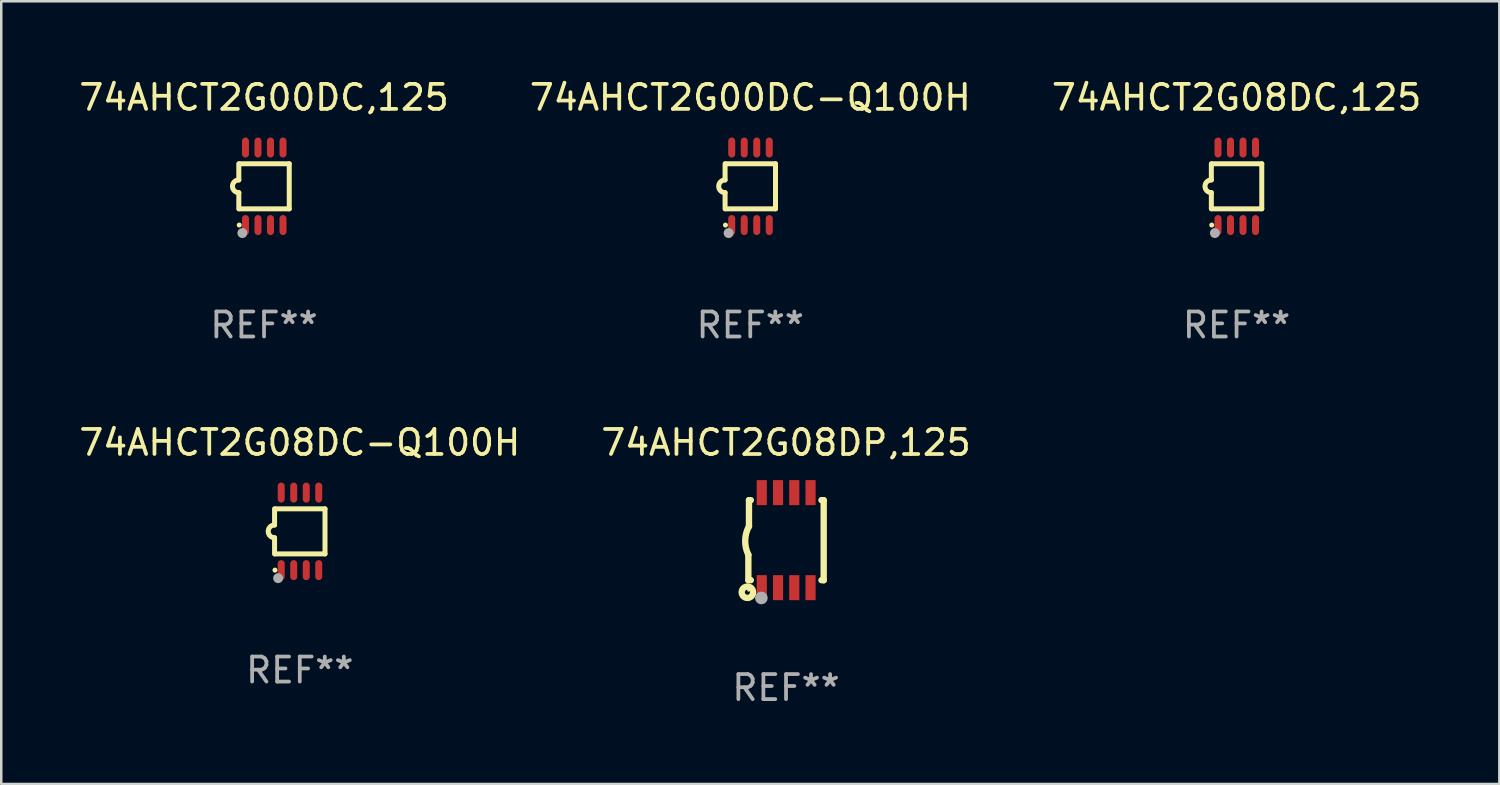
<source format=kicad_pcb>
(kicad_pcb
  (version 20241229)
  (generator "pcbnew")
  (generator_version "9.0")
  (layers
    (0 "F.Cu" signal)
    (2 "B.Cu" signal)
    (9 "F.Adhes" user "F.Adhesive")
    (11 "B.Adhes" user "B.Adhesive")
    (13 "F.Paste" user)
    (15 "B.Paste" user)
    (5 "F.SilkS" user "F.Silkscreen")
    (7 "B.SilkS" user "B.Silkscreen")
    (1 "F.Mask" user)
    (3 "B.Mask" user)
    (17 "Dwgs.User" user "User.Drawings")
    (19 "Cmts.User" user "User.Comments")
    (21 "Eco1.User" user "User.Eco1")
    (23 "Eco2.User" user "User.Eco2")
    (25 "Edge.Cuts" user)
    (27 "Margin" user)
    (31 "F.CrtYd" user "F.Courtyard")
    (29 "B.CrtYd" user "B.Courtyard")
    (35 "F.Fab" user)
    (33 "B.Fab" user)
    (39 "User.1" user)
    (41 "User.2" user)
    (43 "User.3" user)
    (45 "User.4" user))
  (footprint "74AHCT2G08DP,125"
    (layer "F.Cu")
    (at 28.375 18.545)
    (property "Reference" "74AHCT2G08DP,125" (at 0 -3.9 0) (layer "F.SilkS") (effects (font (size 1 1) (thickness 0.15))))
    (attr through_hole)
    (fp_line (start -1.506 1.6) (end -1.506 0.584) (stroke (width 0.254) (type solid)) (layer "F.SilkS"))
    (fp_line (start -1.506 1.6) (end -1.407 1.6) (stroke (width 0.254) (type solid)) (layer "F.SilkS"))
    (fp_line (start -1.481 -1.599) (end -1.481 -0.549) (stroke (width 0.254) (type solid)) (layer "F.SilkS"))
    (fp_line (start -1.481 -1.599) (end -1.407 -1.599) (stroke (width 0.254) (type solid)) (layer "F.SilkS"))
    (fp_line (start 1.417 -1.599) (end 1.506 -1.599) (stroke (width 0.254) (type solid)) (layer "F.SilkS"))
    (fp_line (start 1.417 1.6) (end 1.506 1.6) (stroke (width 0.254) (type solid)) (layer "F.SilkS"))
    (fp_line (start 1.506 1.603) (end 1.506 -1.595) (stroke (width 0.254) (type solid)) (layer "F.SilkS"))
    (fp_arc (start -1.506223 0.584328) (mid -1.632455 0.00974) (end -1.480823 -0.558674) (stroke (width 0.254001) (type solid)) (layer "F.SilkS"))
    (fp_circle (center -1.544 2.083) (end -1.443 2.083) (stroke (width 0.254) (type solid)) (fill no) (layer "F.SilkS"))
    (fp_circle (center -1.495 2) (end -1.465 2) (stroke (width 0.06) (type solid)) (fill no) (layer "F.SilkS"))
    (fp_circle (center -0.986 2.312) (end -0.859 2.312) (stroke (width 0.254) (type solid)) (fill no) (layer "F.Fab"))
    (fp_text user "REF**" (at 0 5.9 0) (layer "F.Fab") (effects (font (size 1 1) (thickness 0.15))))
    (pad "1" smd rect (at -0.97 1.9 90) (size 1 0.406) (layers "F.Cu" "F.Mask" "F.Paste"))
    (pad "2" smd rect (at -0.32 1.9 90) (size 1 0.406) (layers "F.Cu" "F.Mask" "F.Paste"))
    (pad "3" smd rect (at 0.33 1.9 90) (size 1 0.406) (layers "F.Cu" "F.Mask" "F.Paste"))
    (pad "4" smd rect (at 0.98 1.9 90) (size 1 0.406) (layers "F.Cu" "F.Mask" "F.Paste"))
    (pad "5" smd rect (at 0.98 -1.9 90) (size 1 0.406) (layers "F.Cu" "F.Mask" "F.Paste"))
    (pad "6" smd rect (at 0.33 -1.9 90) (size 1 0.406) (layers "F.Cu" "F.Mask" "F.Paste"))
    (pad "7" smd rect (at -0.32 -1.9 90) (size 1 0.406) (layers "F.Cu" "F.Mask" "F.Paste"))
    (pad "8" smd rect (at -0.97 -1.9 90) (size 1 0.406) (layers "F.Cu" "F.Mask" "F.Paste")))
  (footprint "74AHCT2G08DC-Q100H"
    (layer "F.Cu")
    (at 8.935 18.194)
    (property "Reference" "74AHCT2G08DC-Q100H" (at 0 -3.55 0) (layer "F.SilkS") (effects (font (size 1 1) (thickness 0.15))))
    (attr through_hole)
    (fp_line (start -1.008 -0.254) (end -1.008 -0.9) (stroke (width 0.2) (type solid)) (layer "F.SilkS"))
    (fp_line (start -1.008 0.254) (end -1.008 0.9) (stroke (width 0.2) (type solid)) (layer "F.SilkS"))
    (fp_line (start -0.992 0.9) (end 1.008 0.9) (stroke (width 0.2) (type solid)) (layer "F.SilkS"))
    (fp_line (start 1.008 -0.9) (end -0.992 -0.9) (stroke (width 0.2) (type solid)) (layer "F.SilkS"))
    (fp_line (start 1.008 0.9) (end 1.008 -0.9) (stroke (width 0.2) (type solid)) (layer "F.SilkS"))
    (fp_arc (start -1.008001 0.254001) (mid -1.262002 0) (end -1.008001 -0.254001) (stroke (width 0.2) (type solid)) (layer "F.SilkS"))
    (fp_circle (center -0.992 1.55) (end -0.942 1.55) (stroke (width 0.1) (type solid)) (fill no) (layer "F.SilkS"))
    (fp_circle (center -0.866 1.87) (end -0.766 1.87) (stroke (width 0.2) (type solid)) (fill no) (layer "F.Fab"))
    (fp_text user "REF**" (at 0 5.55 0) (layer "F.Fab") (effects (font (size 1 1) (thickness 0.15))))
    (pad "1" smd oval (at -0.742 1.55 270) (size 0.8 0.28) (layers "F.Cu" "F.Mask" "F.Paste"))
    (pad "2" smd oval (at -0.242 1.55 270) (size 0.8 0.28) (layers "F.Cu" "F.Mask" "F.Paste"))
    (pad "3" smd oval (at 0.258 1.55 270) (size 0.8 0.28) (layers "F.Cu" "F.Mask" "F.Paste"))
    (pad "4" smd oval (at 0.758 1.55 270) (size 0.8 0.28) (layers "F.Cu" "F.Mask" "F.Paste"))
    (pad "5" smd oval (at 0.758 -1.55 270) (size 0.8 0.28) (layers "F.Cu" "F.Mask" "F.Paste"))
    (pad "6" smd oval (at 0.258 -1.55 270) (size 0.8 0.28) (layers "F.Cu" "F.Mask" "F.Paste"))
    (pad "7" smd oval (at -0.242 -1.55 270) (size 0.8 0.28) (layers "F.Cu" "F.Mask" "F.Paste"))
    (pad "8" smd oval (at -0.742 -1.55 270) (size 0.8 0.28) (layers "F.Cu" "F.Mask" "F.Paste")))
  (footprint "74AHCT2G00DC,125"
    (layer "F.Cu")
    (at 7.506 4.398)
    (property "Reference" "74AHCT2G00DC,125" (at 0 -3.55 0) (layer "F.SilkS") (effects (font (size 1 1) (thickness 0.15))))
    (attr through_hole)
    (fp_line (start -1.008 -0.254) (end -1.008 -0.9) (stroke (width 0.2) (type solid)) (layer "F.SilkS"))
    (fp_line (start -1.008 0.254) (end -1.008 0.9) (stroke (width 0.2) (type solid)) (layer "F.SilkS"))
    (fp_line (start -0.992 0.9) (end 1.008 0.9) (stroke (width 0.2) (type solid)) (layer "F.SilkS"))
    (fp_line (start 1.008 -0.9) (end -0.992 -0.9) (stroke (width 0.2) (type solid)) (layer "F.SilkS"))
    (fp_line (start 1.008 0.9) (end 1.008 -0.9) (stroke (width 0.2) (type solid)) (layer "F.SilkS"))
    (fp_arc (start -1.008001 0.254001) (mid -1.262002 0) (end -1.008001 -0.254001) (stroke (width 0.2) (type solid)) (layer "F.SilkS"))
    (fp_circle (center -0.992 1.55) (end -0.942 1.55) (stroke (width 0.1) (type solid)) (fill no) (layer "F.SilkS"))
    (fp_circle (center -0.866 1.87) (end -0.766 1.87) (stroke (width 0.2) (type solid)) (fill no) (layer "F.Fab"))
    (fp_text user "REF**" (at 0 5.55 0) (layer "F.Fab") (effects (font (size 1 1) (thickness 0.15))))
    (pad "1" smd oval (at -0.742 1.55 270) (size 0.8 0.28) (layers "F.Cu" "F.Mask" "F.Paste"))
    (pad "2" smd oval (at -0.242 1.55 270) (size 0.8 0.28) (layers "F.Cu" "F.Mask" "F.Paste"))
    (pad "3" smd oval (at 0.258 1.55 270) (size 0.8 0.28) (layers "F.Cu" "F.Mask" "F.Paste"))
    (pad "4" smd oval (at 0.758 1.55 270) (size 0.8 0.28) (layers "F.Cu" "F.Mask" "F.Paste"))
    (pad "5" smd oval (at 0.758 -1.55 270) (size 0.8 0.28) (layers "F.Cu" "F.Mask" "F.Paste"))
    (pad "6" smd oval (at 0.258 -1.55 270) (size 0.8 0.28) (layers "F.Cu" "F.Mask" "F.Paste"))
    (pad "7" smd oval (at -0.242 -1.55 270) (size 0.8 0.28) (layers "F.Cu" "F.Mask" "F.Paste"))
    (pad "8" smd oval (at -0.742 -1.55 270) (size 0.8 0.28) (layers "F.Cu" "F.Mask" "F.Paste")))
  (footprint "74AHCT2G08DC,125"
    (layer "F.Cu")
    (at 46.387 4.398)
    (property "Reference" "74AHCT2G08DC,125" (at 0 -3.55 0) (layer "F.SilkS") (effects (font (size 1 1) (thickness 0.15))))
    (attr through_hole)
    (fp_line (start -1.008 -0.254) (end -1.008 -0.9) (stroke (width 0.2) (type solid)) (layer "F.SilkS"))
    (fp_line (start -1.008 0.254) (end -1.008 0.9) (stroke (width 0.2) (type solid)) (layer "F.SilkS"))
    (fp_line (start -0.992 0.9) (end 1.008 0.9) (stroke (width 0.2) (type solid)) (layer "F.SilkS"))
    (fp_line (start 1.008 -0.9) (end -0.992 -0.9) (stroke (width 0.2) (type solid)) (layer "F.SilkS"))
    (fp_line (start 1.008 0.9) (end 1.008 -0.9) (stroke (width 0.2) (type solid)) (layer "F.SilkS"))
    (fp_arc (start -1.008001 0.254001) (mid -1.262002 0) (end -1.008001 -0.254001) (stroke (width 0.2) (type solid)) (layer "F.SilkS"))
    (fp_circle (center -0.992 1.55) (end -0.942 1.55) (stroke (width 0.1) (type solid)) (fill no) (layer "F.SilkS"))
    (fp_circle (center -0.866 1.87) (end -0.766 1.87) (stroke (width 0.2) (type solid)) (fill no) (layer "F.Fab"))
    (fp_text user "REF**" (at 0 5.55 0) (layer "F.Fab") (effects (font (size 1 1) (thickness 0.15))))
    (pad "1" smd oval (at -0.742 1.55 270) (size 0.8 0.28) (layers "F.Cu" "F.Mask" "F.Paste"))
    (pad "2" smd oval (at -0.242 1.55 270) (size 0.8 0.28) (layers "F.Cu" "F.Mask" "F.Paste"))
    (pad "3" smd oval (at 0.258 1.55 270) (size 0.8 0.28) (layers "F.Cu" "F.Mask" "F.Paste"))
    (pad "4" smd oval (at 0.758 1.55 270) (size 0.8 0.28) (layers "F.Cu" "F.Mask" "F.Paste"))
    (pad "5" smd oval (at 0.758 -1.55 270) (size 0.8 0.28) (layers "F.Cu" "F.Mask" "F.Paste"))
    (pad "6" smd oval (at 0.258 -1.55 270) (size 0.8 0.28) (layers "F.Cu" "F.Mask" "F.Paste"))
    (pad "7" smd oval (at -0.242 -1.55 270) (size 0.8 0.28) (layers "F.Cu" "F.Mask" "F.Paste"))
    (pad "8" smd oval (at -0.742 -1.55 270) (size 0.8 0.28) (layers "F.Cu" "F.Mask" "F.Paste")))
  (footprint "74AHCT2G00DC-Q100H"
    (layer "F.Cu")
    (at 26.946 4.398)
    (property "Reference" "74AHCT2G00DC-Q100H" (at 0 -3.55 0) (layer "F.SilkS") (effects (font (size 1 1) (thickness 0.15))))
    (attr through_hole)
    (fp_line (start -1.008 -0.254) (end -1.008 -0.9) (stroke (width 0.2) (type solid)) (layer "F.SilkS"))
    (fp_line (start -1.008 0.254) (end -1.008 0.9) (stroke (width 0.2) (type solid)) (layer "F.SilkS"))
    (fp_line (start -0.992 0.9) (end 1.008 0.9) (stroke (width 0.2) (type solid)) (layer "F.SilkS"))
    (fp_line (start 1.008 -0.9) (end -0.992 -0.9) (stroke (width 0.2) (type solid)) (layer "F.SilkS"))
    (fp_line (start 1.008 0.9) (end 1.008 -0.9) (stroke (width 0.2) (type solid)) (layer "F.SilkS"))
    (fp_arc (start -1.008001 0.254001) (mid -1.262002 0) (end -1.008001 -0.254001) (stroke (width 0.2) (type solid)) (layer "F.SilkS"))
    (fp_circle (center -0.992 1.55) (end -0.942 1.55) (stroke (width 0.1) (type solid)) (fill no) (layer "F.SilkS"))
    (fp_circle (center -0.866 1.87) (end -0.766 1.87) (stroke (width 0.2) (type solid)) (fill no) (layer "F.Fab"))
    (fp_text user "REF**" (at 0 5.55 0) (layer "F.Fab") (effects (font (size 1 1) (thickness 0.15))))
    (pad "1" smd oval (at -0.742 1.55 270) (size 0.8 0.28) (layers "F.Cu" "F.Mask" "F.Paste"))
    (pad "2" smd oval (at -0.242 1.55 270) (size 0.8 0.28) (layers "F.Cu" "F.Mask" "F.Paste"))
    (pad "3" smd oval (at 0.258 1.55 270) (size 0.8 0.28) (layers "F.Cu" "F.Mask" "F.Paste"))
    (pad "4" smd oval (at 0.758 1.55 270) (size 0.8 0.28) (layers "F.Cu" "F.Mask" "F.Paste"))
    (pad "5" smd oval (at 0.758 -1.55 270) (size 0.8 0.28) (layers "F.Cu" "F.Mask" "F.Paste"))
    (pad "6" smd oval (at 0.258 -1.55 270) (size 0.8 0.28) (layers "F.Cu" "F.Mask" "F.Paste"))
    (pad "7" smd oval (at -0.242 -1.55 270) (size 0.8 0.28) (layers "F.Cu" "F.Mask" "F.Paste"))
    (pad "8" smd oval (at -0.742 -1.55 270) (size 0.8 0.28) (layers "F.Cu" "F.Mask" "F.Paste")))
  (gr_rect
    (start -3 -3)
    (end 56.893 28.293)
    (stroke (width 0.1) (type default))
    (fill no)
    (layer "Edge.Cuts")))
</source>
